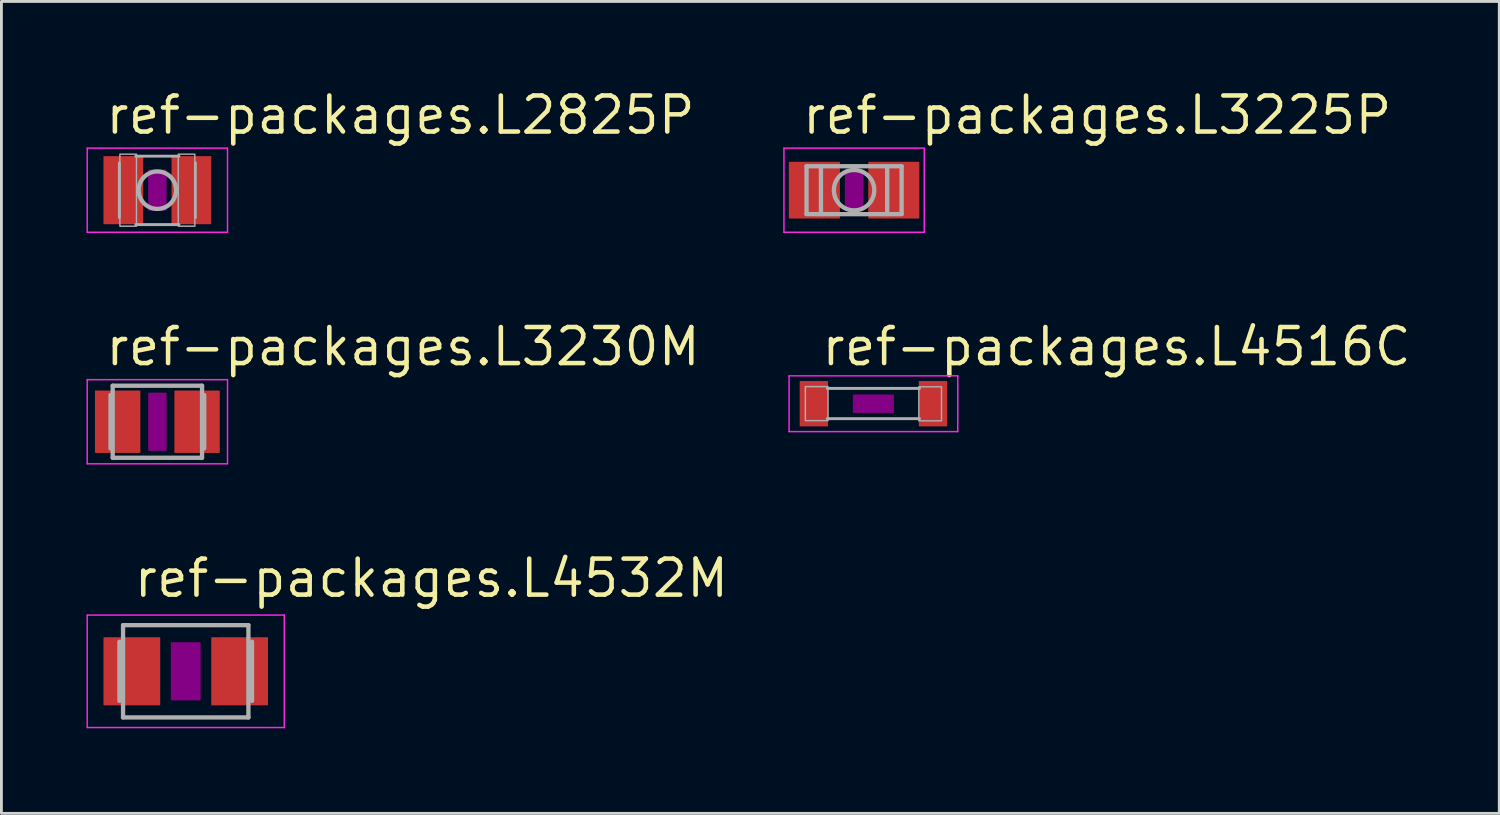
<source format=kicad_pcb>
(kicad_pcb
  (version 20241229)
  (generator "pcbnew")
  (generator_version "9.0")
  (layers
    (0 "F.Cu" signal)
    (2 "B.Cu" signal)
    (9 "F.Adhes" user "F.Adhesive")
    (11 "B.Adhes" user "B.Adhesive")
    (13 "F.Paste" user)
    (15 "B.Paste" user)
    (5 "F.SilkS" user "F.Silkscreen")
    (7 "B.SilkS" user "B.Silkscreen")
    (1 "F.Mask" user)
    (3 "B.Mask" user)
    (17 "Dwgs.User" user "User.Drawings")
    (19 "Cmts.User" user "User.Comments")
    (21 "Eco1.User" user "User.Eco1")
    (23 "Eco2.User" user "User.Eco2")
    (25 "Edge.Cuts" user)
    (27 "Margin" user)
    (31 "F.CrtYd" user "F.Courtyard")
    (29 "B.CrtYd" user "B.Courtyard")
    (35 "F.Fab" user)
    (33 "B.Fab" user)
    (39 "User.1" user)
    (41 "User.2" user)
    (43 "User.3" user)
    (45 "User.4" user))
  (footprint "ref-packages.L3225P"
    (layer "F.Cu")
    (at 27.061 3.655)
    (property "Reference" "ref-packages.L3225P" (at -1.905 -1.905 0) (layer "F.SilkS") (effects (font (size 1.27 1.27) (thickness 0.16)) (justify left bottom)))
    (attr smd)
    (fp_rect (start -0.3 0.7) (end 0.3 -0.7) (stroke (width 0.05) (type default)) (fill yes) (layer "F.Adhes"))
    (fp_line (start -2.473 -1.483) (end 2.473 -1.483) (stroke (width 0.051) (type default)) (layer "F.CrtYd"))
    (fp_line (start -2.473 1.483) (end -2.473 -1.483) (stroke (width 0.051) (type default)) (layer "F.CrtYd"))
    (fp_line (start 2.473 -1.483) (end 2.473 1.483) (stroke (width 0.051) (type default)) (layer "F.CrtYd"))
    (fp_line (start 2.473 1.483) (end -2.473 1.483) (stroke (width 0.051) (type default)) (layer "F.CrtYd"))
    (fp_line (start -1.676 -0.845) (end 1.676 -0.845) (stroke (width 0.152) (type default)) (layer "F.Fab"))
    (fp_line (start -1.676 -0.838) (end -1.676 0.838) (stroke (width 0.152) (type default)) (layer "F.Fab"))
    (fp_line (start -1.168 -0.838) (end -1.168 0.838) (stroke (width 0.152) (type default)) (layer "F.Fab"))
    (fp_line (start 1.168 -0.838) (end 1.168 0.838) (stroke (width 0.152) (type default)) (layer "F.Fab"))
    (fp_line (start 1.676 -0.838) (end 1.676 0.838) (stroke (width 0.152) (type default)) (layer "F.Fab"))
    (fp_line (start 1.676 0.845) (end -1.676 0.845) (stroke (width 0.152) (type default)) (layer "F.Fab"))
    (fp_circle (center 0 0) (end 0.712 0) (stroke (width 0.152) (type default)) (fill no) (layer "F.Fab"))
    (pad "1" smd roundrect (at -1.4 0) (size 1.8 2) (layers "F.Cu" "F.Mask" "F.Paste") (roundrect_rratio 0.01))
    (pad "2" smd roundrect (at 1.4 0) (size 1.8 2) (layers "F.Cu" "F.Mask" "F.Paste") (roundrect_rratio 0.01)))
  (footprint "ref-packages.L3230M"
    (layer "F.Cu")
    (at 2.498 11.818)
    (property "Reference" "ref-packages.L3230M" (at -1.905 -1.905 0) (layer "F.SilkS") (effects (font (size 1.27 1.27) (thickness 0.16)) (justify left bottom)))
    (attr smd)
    (fp_rect (start -0.3 1) (end 0.3 -1) (stroke (width 0.05) (type default)) (fill yes) (layer "F.Adhes"))
    (fp_line (start -2.473 -1.483) (end 2.473 -1.483) (stroke (width 0.051) (type default)) (layer "F.CrtYd"))
    (fp_line (start -2.473 1.483) (end -2.473 -1.483) (stroke (width 0.051) (type default)) (layer "F.CrtYd"))
    (fp_line (start 2.473 -1.483) (end 2.473 1.483) (stroke (width 0.051) (type default)) (layer "F.CrtYd"))
    (fp_line (start 2.473 1.483) (end -2.473 1.483) (stroke (width 0.051) (type default)) (layer "F.CrtYd"))
    (fp_line (start -1.651 -0.94) (end -1.651 0.94) (stroke (width 0.152) (type default)) (layer "F.Fab"))
    (fp_line (start -1.575 -1.27) (end 1.575 -1.27) (stroke (width 0.152) (type default)) (layer "F.Fab"))
    (fp_line (start -1.575 1.27) (end -1.575 -1.27) (stroke (width 0.152) (type default)) (layer "F.Fab"))
    (fp_line (start 1.575 -1.27) (end 1.575 1.27) (stroke (width 0.152) (type default)) (layer "F.Fab"))
    (fp_line (start 1.575 1.27) (end -1.575 1.27) (stroke (width 0.152) (type default)) (layer "F.Fab"))
    (fp_line (start 1.651 -0.94) (end 1.651 0.94) (stroke (width 0.152) (type default)) (layer "F.Fab"))
    (pad "1" smd roundrect (at -1.4 0) (size 1.6 2.2) (layers "F.Cu" "F.Mask" "F.Paste") (roundrect_rratio 0.01))
    (pad "2" smd roundrect (at 1.4 0) (size 1.6 2.2) (layers "F.Cu" "F.Mask" "F.Paste") (roundrect_rratio 0.01)))
  (footprint "ref-packages.L4532M"
    (layer "F.Cu")
    (at 3.498 20.617)
    (property "Reference" "ref-packages.L4532M" (at -1.905 -2.54 0) (layer "F.SilkS") (effects (font (size 1.27 1.27) (thickness 0.16)) (justify left bottom)))
    (attr smd)
    (fp_rect (start -0.5 1) (end 0.5 -1) (stroke (width 0.05) (type default)) (fill yes) (layer "F.Adhes"))
    (fp_line (start -3.473 -1.983) (end 3.473 -1.983) (stroke (width 0.051) (type default)) (layer "F.CrtYd"))
    (fp_line (start -3.473 1.983) (end -3.473 -1.983) (stroke (width 0.051) (type default)) (layer "F.CrtYd"))
    (fp_line (start 3.473 -1.983) (end 3.473 1.983) (stroke (width 0.051) (type default)) (layer "F.CrtYd"))
    (fp_line (start 3.473 1.983) (end -3.473 1.983) (stroke (width 0.051) (type default)) (layer "F.CrtYd"))
    (fp_line (start -2.337 -1.041) (end -2.337 1.041) (stroke (width 0.152) (type default)) (layer "F.Fab"))
    (fp_line (start -2.21 -1.626) (end -2.21 1.626) (stroke (width 0.152) (type default)) (layer "F.Fab"))
    (fp_line (start -2.21 1.626) (end 2.21 1.626) (stroke (width 0.152) (type default)) (layer "F.Fab"))
    (fp_line (start 2.21 -1.626) (end -2.21 -1.626) (stroke (width 0.152) (type default)) (layer "F.Fab"))
    (fp_line (start 2.21 -1.626) (end 2.21 1.626) (stroke (width 0.152) (type default)) (layer "F.Fab"))
    (fp_line (start 2.337 -1.041) (end 2.337 1.041) (stroke (width 0.152) (type default)) (layer "F.Fab"))
    (pad "1" smd roundrect (at -1.9 0) (size 2 2.4) (layers "F.Cu" "F.Mask" "F.Paste") (roundrect_rratio 0.01))
    (pad "2" smd roundrect (at 1.9 0) (size 2 2.4) (layers "F.Cu" "F.Mask" "F.Paste") (roundrect_rratio 0.01)))
  (footprint "ref-packages.L2825P"
    (layer "F.Cu")
    (at 2.498 3.655)
    (property "Reference" "ref-packages.L2825P" (at -1.905 -1.905 0) (layer "F.SilkS") (effects (font (size 1.27 1.27) (thickness 0.16)) (justify left bottom)))
    (attr smd)
    (fp_rect (start -0.3 0.7) (end 0.3 -0.7) (stroke (width 0.05) (type default)) (fill yes) (layer "F.Adhes"))
    (fp_line (start -2.473 -1.483) (end 2.473 -1.483) (stroke (width 0.051) (type default)) (layer "F.CrtYd"))
    (fp_line (start -2.473 1.483) (end -2.473 -1.483) (stroke (width 0.051) (type default)) (layer "F.CrtYd"))
    (fp_line (start 2.473 -1.483) (end 2.473 1.483) (stroke (width 0.051) (type default)) (layer "F.CrtYd"))
    (fp_line (start 2.473 1.483) (end -2.473 1.483) (stroke (width 0.051) (type default)) (layer "F.CrtYd"))
    (fp_line (start -1.34 -0.965) (end -1.34 0.965) (stroke (width 0.102) (type default)) (layer "F.Fab"))
    (fp_line (start -0.762 -1.2) (end 0.762 -1.2) (stroke (width 0.102) (type default)) (layer "F.Fab"))
    (fp_line (start -0.762 1.213) (end 0.762 1.213) (stroke (width 0.102) (type default)) (layer "F.Fab"))
    (fp_line (start 1.34 0.965) (end 1.34 -0.965) (stroke (width 0.102) (type default)) (layer "F.Fab"))
    (fp_rect (start -1.321 1.27) (end -0.737 -1.27) (stroke (width 0.05) (type default)) (fill no) (layer "F.Fab"))
    (fp_rect (start 0.737 1.27) (end 1.321 -1.27) (stroke (width 0.05) (type default)) (fill no) (layer "F.Fab"))
    (fp_circle (center 0 0) (end 0.66 0) (stroke (width 0.152) (type default)) (fill no) (layer "F.Fab"))
    (pad "1" smd roundrect (at -1.2 0) (size 1.4 2.4) (layers "F.Cu" "F.Mask" "F.Paste") (roundrect_rratio 0.01))
    (pad "2" smd roundrect (at 1.2 0) (size 1.4 2.4) (layers "F.Cu" "F.Mask" "F.Paste") (roundrect_rratio 0.01)))
  (footprint "ref-packages.L4516C"
    (layer "F.Cu")
    (at 27.743 11.183)
    (property "Reference" "ref-packages.L4516C" (at -1.905 -1.27 0) (layer "F.SilkS") (effects (font (size 1.27 1.27) (thickness 0.16)) (justify left bottom)))
    (attr smd)
    (fp_rect (start -0.7 0.3) (end 0.7 -0.3) (stroke (width 0.05) (type default)) (fill yes) (layer "F.Adhes"))
    (fp_line (start -2.973 -0.983) (end 2.973 -0.983) (stroke (width 0.051) (type default)) (layer "F.CrtYd"))
    (fp_line (start -2.973 0.983) (end -2.973 -0.983) (stroke (width 0.051) (type default)) (layer "F.CrtYd"))
    (fp_line (start 2.973 -0.983) (end 2.973 0.983) (stroke (width 0.051) (type default)) (layer "F.CrtYd"))
    (fp_line (start 2.973 0.983) (end -2.973 0.983) (stroke (width 0.051) (type default)) (layer "F.CrtYd"))
    (fp_line (start -1.626 -0.54) (end 1.626 -0.54) (stroke (width 0.102) (type default)) (layer "F.Fab"))
    (fp_line (start -1.626 0.527) (end 1.626 0.527) (stroke (width 0.102) (type default)) (layer "F.Fab"))
    (fp_rect (start -2.4 0.597) (end -1.6 -0.603) (stroke (width 0.05) (type default)) (fill no) (layer "F.Fab"))
    (fp_rect (start 1.6 0.603) (end 2.4 -0.597) (stroke (width 0.05) (type default)) (fill no) (layer "F.Fab"))
    (pad "1" smd roundrect (at -2.1 0) (size 1 1.6) (layers "F.Cu" "F.Mask" "F.Paste") (roundrect_rratio 0.01))
    (pad "2" smd roundrect (at 2.1 0) (size 1 1.6) (layers "F.Cu" "F.Mask" "F.Paste") (roundrect_rratio 0.01)))
  (gr_rect
    (start -3 -3)
    (end 49.807 25.625)
    (stroke (width 0.1) (type default))
    (fill no)
    (layer "Edge.Cuts")))
</source>
